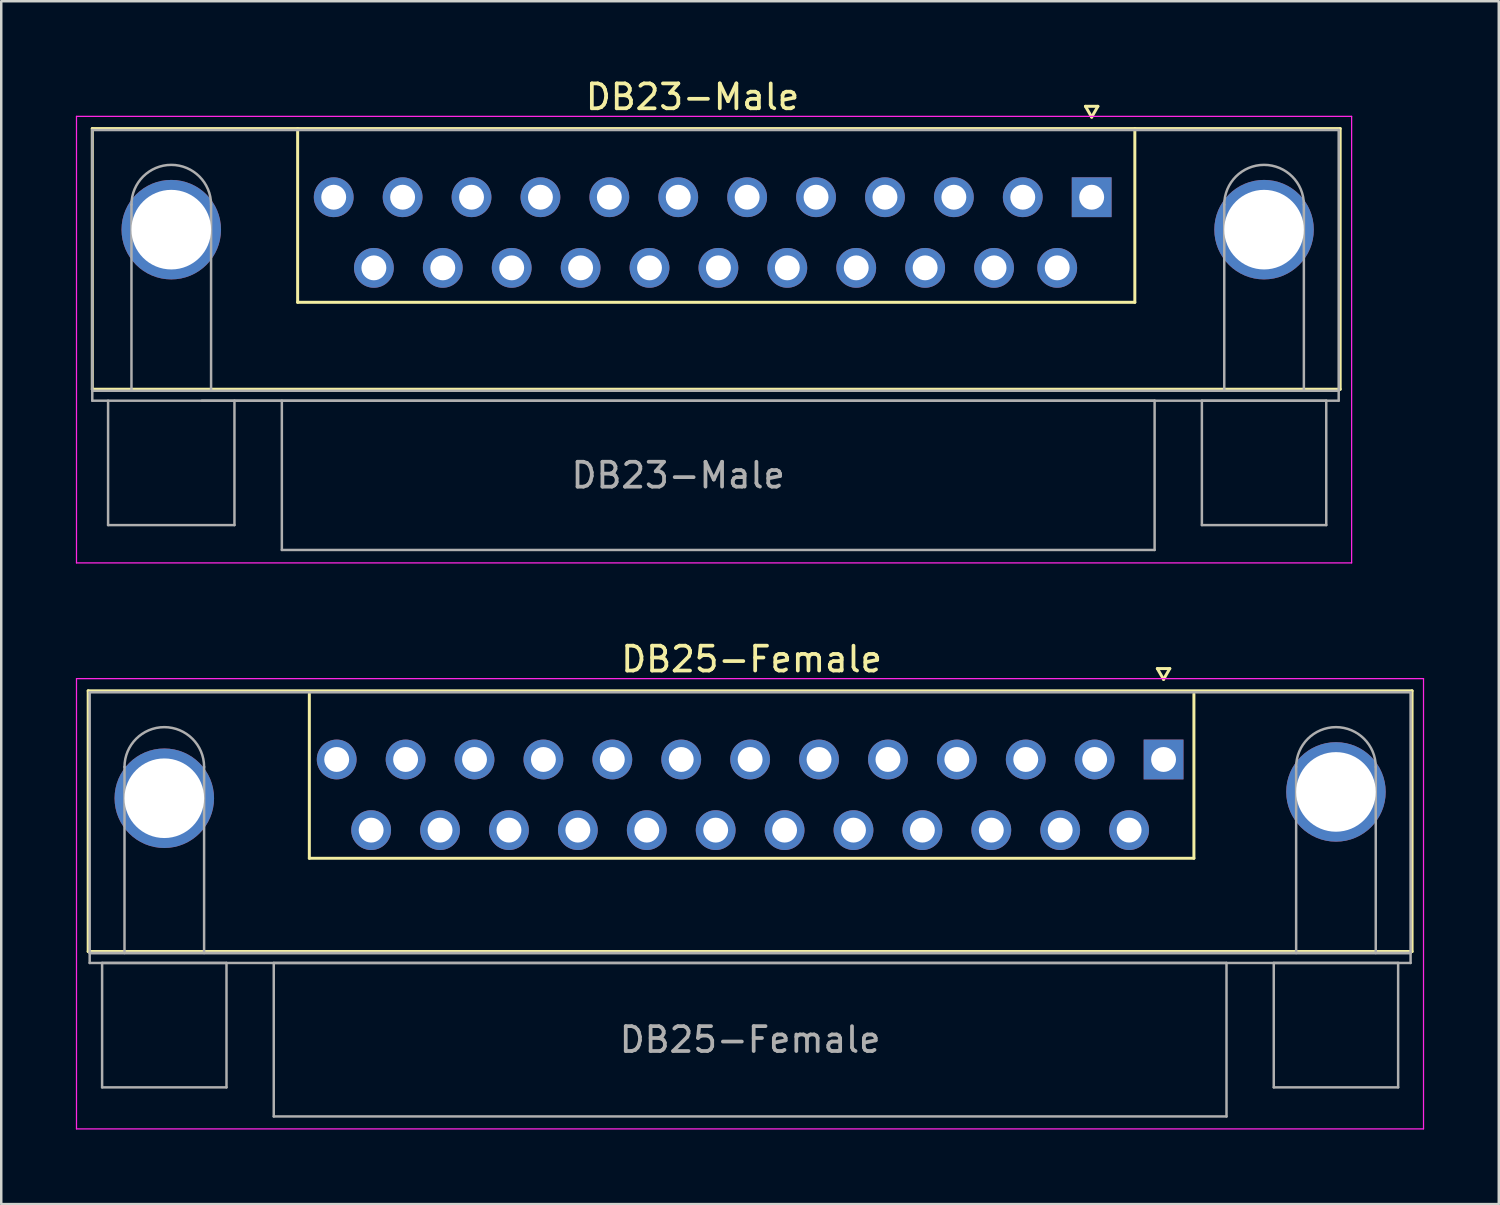
<source format=kicad_pcb>
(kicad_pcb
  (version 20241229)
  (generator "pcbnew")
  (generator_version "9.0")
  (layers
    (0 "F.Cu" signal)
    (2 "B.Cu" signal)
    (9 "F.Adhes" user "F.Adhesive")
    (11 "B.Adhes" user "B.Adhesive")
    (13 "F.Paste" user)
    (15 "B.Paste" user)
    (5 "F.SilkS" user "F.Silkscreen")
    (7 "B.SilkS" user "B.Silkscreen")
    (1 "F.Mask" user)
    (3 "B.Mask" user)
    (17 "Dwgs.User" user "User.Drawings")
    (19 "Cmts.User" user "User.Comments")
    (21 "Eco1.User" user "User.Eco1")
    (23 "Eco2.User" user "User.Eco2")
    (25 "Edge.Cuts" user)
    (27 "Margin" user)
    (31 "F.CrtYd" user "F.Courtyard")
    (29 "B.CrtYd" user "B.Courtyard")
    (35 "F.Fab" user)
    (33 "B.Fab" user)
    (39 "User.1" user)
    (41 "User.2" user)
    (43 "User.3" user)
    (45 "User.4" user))
  (footprint "DB25-Female"
    (layer "F.Cu")
    (at 27.165 29.166)
    (property "Reference" "DB25-Female" (at 0 -5.715 0) (layer "F.SilkS") (effects (font (size 1 1) (thickness 0.15))))
    (attr through_hole)
    (fp_line (start -26.67 -4.445) (end 26.55 -4.445) (stroke (width 0.12) (type solid)) (layer "F.SilkS"))
    (fp_line (start -26.67 6.035) (end -26.67 -4.445) (stroke (width 0.12) (type solid)) (layer "F.SilkS"))
    (fp_line (start -26.67 6.035) (end 26.55 6.035) (stroke (width 0.12) (type solid)) (layer "F.SilkS"))
    (fp_line (start -17.78 2.286) (end -17.78 -4.318) (stroke (width 0.12) (type solid)) (layer "F.SilkS"))
    (fp_line (start 16.31 -5.339) (end 16.81 -5.339) (stroke (width 0.12) (type solid)) (layer "F.SilkS"))
    (fp_line (start 16.56 -4.906) (end 16.31 -5.339) (stroke (width 0.12) (type solid)) (layer "F.SilkS"))
    (fp_line (start 16.81 -5.339) (end 16.56 -4.906) (stroke (width 0.12) (type solid)) (layer "F.SilkS"))
    (fp_line (start 17.78 -4.318) (end 17.78 2.286) (stroke (width 0.12) (type solid)) (layer "F.SilkS"))
    (fp_line (start 17.78 2.286) (end -17.78 2.286) (stroke (width 0.12) (type solid)) (layer "F.SilkS"))
    (fp_line (start 26.55 -4.445) (end 26.55 6.035) (stroke (width 0.12) (type solid)) (layer "F.SilkS"))
    (fp_line (start -27.14 -4.935) (end -27.14 13.165) (stroke (width 0.05) (type solid)) (layer "F.CrtYd"))
    (fp_line (start -27.14 13.165) (end 27.01 13.165) (stroke (width 0.05) (type solid)) (layer "F.CrtYd"))
    (fp_line (start 27.01 -4.935) (end -27.14 -4.935) (stroke (width 0.05) (type solid)) (layer "F.CrtYd"))
    (fp_line (start 27.01 13.165) (end 27.01 -4.935) (stroke (width 0.05) (type solid)) (layer "F.CrtYd"))
    (fp_line (start -26.61 -4.385) (end -26.61 6.095) (stroke (width 0.1) (type solid)) (layer "F.Fab"))
    (fp_line (start -26.61 6.095) (end -26.61 6.495) (stroke (width 0.1) (type solid)) (layer "F.Fab"))
    (fp_line (start -26.61 6.095) (end 26.49 6.095) (stroke (width 0.1) (type solid)) (layer "F.Fab"))
    (fp_line (start -26.61 6.495) (end 26.49 6.495) (stroke (width 0.1) (type solid)) (layer "F.Fab"))
    (fp_line (start -26.11 6.495) (end -26.11 11.495) (stroke (width 0.1) (type solid)) (layer "F.Fab"))
    (fp_line (start -26.11 11.495) (end -21.11 11.495) (stroke (width 0.1) (type solid)) (layer "F.Fab"))
    (fp_line (start -25.21 6.095) (end -25.21 -1.385) (stroke (width 0.1) (type solid)) (layer "F.Fab"))
    (fp_line (start -22.01 6.095) (end -22.01 -1.385) (stroke (width 0.1) (type solid)) (layer "F.Fab"))
    (fp_line (start -21.11 6.495) (end -26.11 6.495) (stroke (width 0.1) (type solid)) (layer "F.Fab"))
    (fp_line (start -21.11 11.495) (end -21.11 6.495) (stroke (width 0.1) (type solid)) (layer "F.Fab"))
    (fp_line (start -19.21 6.495) (end -19.21 12.665) (stroke (width 0.1) (type solid)) (layer "F.Fab"))
    (fp_line (start -19.21 12.665) (end 19.09 12.665) (stroke (width 0.1) (type solid)) (layer "F.Fab"))
    (fp_line (start 19.09 6.495) (end -19.21 6.495) (stroke (width 0.1) (type solid)) (layer "F.Fab"))
    (fp_line (start 19.09 12.665) (end 19.09 6.495) (stroke (width 0.1) (type solid)) (layer "F.Fab"))
    (fp_line (start 20.99 6.495) (end 20.99 11.495) (stroke (width 0.1) (type solid)) (layer "F.Fab"))
    (fp_line (start 20.99 11.495) (end 25.99 11.495) (stroke (width 0.1) (type solid)) (layer "F.Fab"))
    (fp_line (start 21.89 6.095) (end 21.89 -1.385) (stroke (width 0.1) (type solid)) (layer "F.Fab"))
    (fp_line (start 25.09 6.095) (end 25.09 -1.385) (stroke (width 0.1) (type solid)) (layer "F.Fab"))
    (fp_line (start 25.99 6.495) (end 20.99 6.495) (stroke (width 0.1) (type solid)) (layer "F.Fab"))
    (fp_line (start 25.99 11.495) (end 25.99 6.495) (stroke (width 0.1) (type solid)) (layer "F.Fab"))
    (fp_line (start 26.49 -4.385) (end -26.61 -4.385) (stroke (width 0.1) (type solid)) (layer "F.Fab"))
    (fp_line (start 26.49 6.095) (end -26.61 6.095) (stroke (width 0.1) (type solid)) (layer "F.Fab"))
    (fp_line (start 26.49 6.095) (end 26.49 -4.385) (stroke (width 0.1) (type solid)) (layer "F.Fab"))
    (fp_line (start 26.49 6.495) (end 26.49 6.095) (stroke (width 0.1) (type solid)) (layer "F.Fab"))
    (fp_arc (start -25.21 -1.385) (mid -23.61 -2.985) (end -22.01 -1.385) (stroke (width 0.1) (type solid)) (layer "F.Fab"))
    (fp_arc (start 21.89 -1.385) (mid 23.49 -2.985) (end 25.09 -1.385) (stroke (width 0.1) (type solid)) (layer "F.Fab"))
    (fp_text user "${REFERENCE}" (at -0.06 9.58 0) (layer "F.Fab") (effects (font (size 1 1) (thickness 0.15))))
    (pad "1" thru_hole rect (at 16.56 -1.685) (size 1.6 1.6) (drill 1) (layers "*.Cu" "*.Mask"))
    (pad "2" thru_hole circle (at 13.79 -1.685) (size 1.6 1.6) (drill 1) (layers "*.Cu" "*.Mask"))
    (pad "3" thru_hole circle (at 11.02 -1.685) (size 1.6 1.6) (drill 1) (layers "*.Cu" "*.Mask"))
    (pad "4" thru_hole circle (at 8.25 -1.685) (size 1.6 1.6) (drill 1) (layers "*.Cu" "*.Mask"))
    (pad "5" thru_hole circle (at 5.48 -1.685) (size 1.6 1.6) (drill 1) (layers "*.Cu" "*.Mask"))
    (pad "6" thru_hole circle (at 2.71 -1.685) (size 1.6 1.6) (drill 1) (layers "*.Cu" "*.Mask"))
    (pad "7" thru_hole circle (at -0.06 -1.685) (size 1.6 1.6) (drill 1) (layers "*.Cu" "*.Mask"))
    (pad "8" thru_hole circle (at -2.83 -1.685) (size 1.6 1.6) (drill 1) (layers "*.Cu" "*.Mask"))
    (pad "9" thru_hole circle (at -5.6 -1.685) (size 1.6 1.6) (drill 1) (layers "*.Cu" "*.Mask"))
    (pad "10" thru_hole circle (at -8.37 -1.685) (size 1.6 1.6) (drill 1) (layers "*.Cu" "*.Mask"))
    (pad "11" thru_hole circle (at -11.14 -1.685) (size 1.6 1.6) (drill 1) (layers "*.Cu" "*.Mask"))
    (pad "12" thru_hole circle (at -13.91 -1.685) (size 1.6 1.6) (drill 1) (layers "*.Cu" "*.Mask"))
    (pad "13" thru_hole circle (at -16.68 -1.685) (size 1.6 1.6) (drill 1) (layers "*.Cu" "*.Mask"))
    (pad "14" thru_hole circle (at 15.175 1.155) (size 1.6 1.6) (drill 1) (layers "*.Cu" "*.Mask"))
    (pad "15" thru_hole circle (at 12.405 1.155) (size 1.6 1.6) (drill 1) (layers "*.Cu" "*.Mask"))
    (pad "16" thru_hole circle (at 9.635 1.155) (size 1.6 1.6) (drill 1) (layers "*.Cu" "*.Mask"))
    (pad "17" thru_hole circle (at 6.865 1.155) (size 1.6 1.6) (drill 1) (layers "*.Cu" "*.Mask"))
    (pad "18" thru_hole circle (at 4.095 1.155) (size 1.6 1.6) (drill 1) (layers "*.Cu" "*.Mask"))
    (pad "19" thru_hole circle (at 1.325 1.155) (size 1.6 1.6) (drill 1) (layers "*.Cu" "*.Mask"))
    (pad "20" thru_hole circle (at -1.445 1.155) (size 1.6 1.6) (drill 1) (layers "*.Cu" "*.Mask"))
    (pad "21" thru_hole circle (at -4.215 1.155) (size 1.6 1.6) (drill 1) (layers "*.Cu" "*.Mask"))
    (pad "22" thru_hole circle (at -6.985 1.155) (size 1.6 1.6) (drill 1) (layers "*.Cu" "*.Mask"))
    (pad "23" thru_hole circle (at -9.755 1.155) (size 1.6 1.6) (drill 1) (layers "*.Cu" "*.Mask"))
    (pad "24" thru_hole circle (at -12.525 1.155) (size 1.6 1.6) (drill 1) (layers "*.Cu" "*.Mask"))
    (pad "25" thru_hole circle (at -15.295 1.155) (size 1.6 1.6) (drill 1) (layers "*.Cu" "*.Mask"))
    (pad "26" thru_hole circle (at -23.61 -0.127) (size 4 4) (drill 3.2) (layers "*.Cu" "*.Mask"))
    (pad "27" thru_hole circle (at 23.49 -0.381) (size 4 4) (drill 3.2) (layers "*.Cu" "*.Mask")))
  (footprint "DB23-Male"
    (layer "F.Cu")
    (at 21.615 7.198)
    (property "Reference" "DB23-Male" (at 3.175 -6.35 0) (layer "F.SilkS") (effects (font (size 1 1) (thickness 0.15))))
    (attr through_hole)
    (fp_line (start -20.955 -5.08) (end -20.955 5.4) (stroke (width 0.12) (type solid)) (layer "F.SilkS"))
    (fp_line (start -12.7 -5.08) (end -12.7 1.905) (stroke (width 0.12) (type solid)) (layer "F.SilkS"))
    (fp_line (start 18.97 -5.974) (end 19.22 -5.541) (stroke (width 0.12) (type solid)) (layer "F.SilkS"))
    (fp_line (start 19.22 -5.541) (end 19.47 -5.974) (stroke (width 0.12) (type solid)) (layer "F.SilkS"))
    (fp_line (start 19.47 -5.974) (end 18.97 -5.974) (stroke (width 0.12) (type solid)) (layer "F.SilkS"))
    (fp_line (start 20.955 -5.08) (end 20.955 1.905) (stroke (width 0.12) (type solid)) (layer "F.SilkS"))
    (fp_line (start 20.955 1.905) (end -12.7 1.905) (stroke (width 0.12) (type solid)) (layer "F.SilkS"))
    (fp_line (start 29.21 -5.08) (end -20.955 -5.08) (stroke (width 0.12) (type solid)) (layer "F.SilkS"))
    (fp_line (start 29.21 5.4) (end -20.955 5.4) (stroke (width 0.12) (type solid)) (layer "F.SilkS"))
    (fp_line (start 29.21 5.4) (end 29.21 -5.08) (stroke (width 0.12) (type solid)) (layer "F.SilkS"))
    (fp_line (start -21.59 -5.57) (end 29.67 -5.57) (stroke (width 0.05) (type solid)) (layer "F.CrtYd"))
    (fp_line (start -21.59 12.38) (end -21.59 -5.57) (stroke (width 0.05) (type solid)) (layer "F.CrtYd"))
    (fp_line (start 29.67 -5.57) (end 29.67 12.38) (stroke (width 0.05) (type solid)) (layer "F.CrtYd"))
    (fp_line (start 29.67 12.38) (end -21.59 12.38) (stroke (width 0.05) (type solid)) (layer "F.CrtYd"))
    (fp_line (start -20.955 -5.02) (end 29.15 -5.02) (stroke (width 0.1) (type solid)) (layer "F.Fab"))
    (fp_line (start -20.955 5.46) (end -20.955 -5.02) (stroke (width 0.1) (type solid)) (layer "F.Fab"))
    (fp_line (start -20.955 5.86) (end -20.955 5.46) (stroke (width 0.1) (type solid)) (layer "F.Fab"))
    (fp_line (start -20.32 10.86) (end -20.32 5.86) (stroke (width 0.1) (type solid)) (layer "F.Fab"))
    (fp_line (start -19.38 5.46) (end -19.38 -2.02) (stroke (width 0.1) (type solid)) (layer "F.Fab"))
    (fp_line (start -16.55 5.86) (end 21.75 5.86) (stroke (width 0.1) (type solid)) (layer "F.Fab"))
    (fp_line (start -16.18 5.46) (end -16.18 -2.02) (stroke (width 0.1) (type solid)) (layer "F.Fab"))
    (fp_line (start -15.24 5.86) (end -15.24 10.86) (stroke (width 0.1) (type solid)) (layer "F.Fab"))
    (fp_line (start -15.24 10.86) (end -20.32 10.86) (stroke (width 0.1) (type solid)) (layer "F.Fab"))
    (fp_line (start -13.335 11.86) (end -13.335 5.86) (stroke (width 0.1) (type solid)) (layer "F.Fab"))
    (fp_line (start 21.75 5.86) (end 21.75 11.86) (stroke (width 0.1) (type solid)) (layer "F.Fab"))
    (fp_line (start 21.75 11.86) (end -13.335 11.86) (stroke (width 0.1) (type solid)) (layer "F.Fab"))
    (fp_line (start 23.65 5.86) (end 28.65 5.86) (stroke (width 0.1) (type solid)) (layer "F.Fab"))
    (fp_line (start 23.65 10.86) (end 23.65 5.86) (stroke (width 0.1) (type solid)) (layer "F.Fab"))
    (fp_line (start 24.55 5.46) (end 24.55 -2.02) (stroke (width 0.1) (type solid)) (layer "F.Fab"))
    (fp_line (start 27.75 5.46) (end 27.75 -2.02) (stroke (width 0.1) (type solid)) (layer "F.Fab"))
    (fp_line (start 28.65 5.86) (end 28.65 10.86) (stroke (width 0.1) (type solid)) (layer "F.Fab"))
    (fp_line (start 28.65 10.86) (end 23.65 10.86) (stroke (width 0.1) (type solid)) (layer "F.Fab"))
    (fp_line (start 29.15 -5.02) (end 29.15 5.46) (stroke (width 0.1) (type solid)) (layer "F.Fab"))
    (fp_line (start 29.15 5.46) (end -20.955 5.46) (stroke (width 0.1) (type solid)) (layer "F.Fab"))
    (fp_line (start 29.15 5.46) (end 29.15 5.86) (stroke (width 0.1) (type solid)) (layer "F.Fab"))
    (fp_line (start 29.15 5.86) (end -20.955 5.86) (stroke (width 0.1) (type solid)) (layer "F.Fab"))
    (fp_arc (start -19.38 -2.02) (mid -17.78 -3.62) (end -16.18 -2.02) (stroke (width 0.1) (type solid)) (layer "F.Fab"))
    (fp_arc (start 24.55 -2.02) (mid 26.15 -3.62) (end 27.75 -2.02) (stroke (width 0.1) (type solid)) (layer "F.Fab"))
    (fp_text user "${REFERENCE}" (at 2.6 8.86 0) (layer "F.Fab") (effects (font (size 1 1) (thickness 0.15))))
    (pad "1" thru_hole rect (at 19.22 -2.32) (size 1.6 1.6) (drill 1) (layers "*.Cu" "*.Mask"))
    (pad "2" thru_hole circle (at 16.45 -2.32) (size 1.6 1.6) (drill 1) (layers "*.Cu" "*.Mask"))
    (pad "3" thru_hole circle (at 13.68 -2.32) (size 1.6 1.6) (drill 1) (layers "*.Cu" "*.Mask"))
    (pad "4" thru_hole circle (at 10.91 -2.32) (size 1.6 1.6) (drill 1) (layers "*.Cu" "*.Mask"))
    (pad "5" thru_hole circle (at 8.14 -2.32) (size 1.6 1.6) (drill 1) (layers "*.Cu" "*.Mask"))
    (pad "6" thru_hole circle (at 5.37 -2.32) (size 1.6 1.6) (drill 1) (layers "*.Cu" "*.Mask"))
    (pad "7" thru_hole circle (at 2.6 -2.32) (size 1.6 1.6) (drill 1) (layers "*.Cu" "*.Mask"))
    (pad "8" thru_hole circle (at -0.17 -2.32) (size 1.6 1.6) (drill 1) (layers "*.Cu" "*.Mask"))
    (pad "9" thru_hole circle (at -2.94 -2.32) (size 1.6 1.6) (drill 1) (layers "*.Cu" "*.Mask"))
    (pad "10" thru_hole circle (at -5.71 -2.32) (size 1.6 1.6) (drill 1) (layers "*.Cu" "*.Mask"))
    (pad "11" thru_hole circle (at -8.48 -2.32) (size 1.6 1.6) (drill 1) (layers "*.Cu" "*.Mask"))
    (pad "12" thru_hole circle (at -11.25 -2.32) (size 1.6 1.6) (drill 1) (layers "*.Cu" "*.Mask"))
    (pad "13" thru_hole circle (at 17.835 0.52) (size 1.6 1.6) (drill 1) (layers "*.Cu" "*.Mask"))
    (pad "14" thru_hole circle (at 15.295 0.52) (size 1.6 1.6) (drill 1) (layers "*.Cu" "*.Mask"))
    (pad "15" thru_hole circle (at 12.525 0.52) (size 1.6 1.6) (drill 1) (layers "*.Cu" "*.Mask"))
    (pad "16" thru_hole circle (at 9.755 0.52) (size 1.6 1.6) (drill 1) (layers "*.Cu" "*.Mask"))
    (pad "17" thru_hole circle (at 6.985 0.52) (size 1.6 1.6) (drill 1) (layers "*.Cu" "*.Mask"))
    (pad "18" thru_hole circle (at 4.215 0.52) (size 1.6 1.6) (drill 1) (layers "*.Cu" "*.Mask"))
    (pad "19" thru_hole circle (at 1.445 0.52) (size 1.6 1.6) (drill 1) (layers "*.Cu" "*.Mask"))
    (pad "20" thru_hole circle (at -1.325 0.52) (size 1.6 1.6) (drill 1) (layers "*.Cu" "*.Mask"))
    (pad "21" thru_hole circle (at -4.095 0.52) (size 1.6 1.6) (drill 1) (layers "*.Cu" "*.Mask"))
    (pad "22" thru_hole circle (at -6.865 0.52) (size 1.6 1.6) (drill 1) (layers "*.Cu" "*.Mask"))
    (pad "23" thru_hole circle (at -9.635 0.52) (size 1.6 1.6) (drill 1) (layers "*.Cu" "*.Mask"))
    (pad "24" thru_hole circle (at 26.15 -1.016) (size 4 4) (drill 3.2) (layers "*.Cu" "*.Mask"))
    (pad "25" thru_hole circle (at -17.78 -1.016 270) (size 4 4) (drill 3.2) (layers "*.Cu" "*.Mask")))
  (gr_rect
    (start -3 -3)
    (end 57.2 45.356)
    (stroke (width 0.1) (type default))
    (fill no)
    (layer "Edge.Cuts")))
</source>
